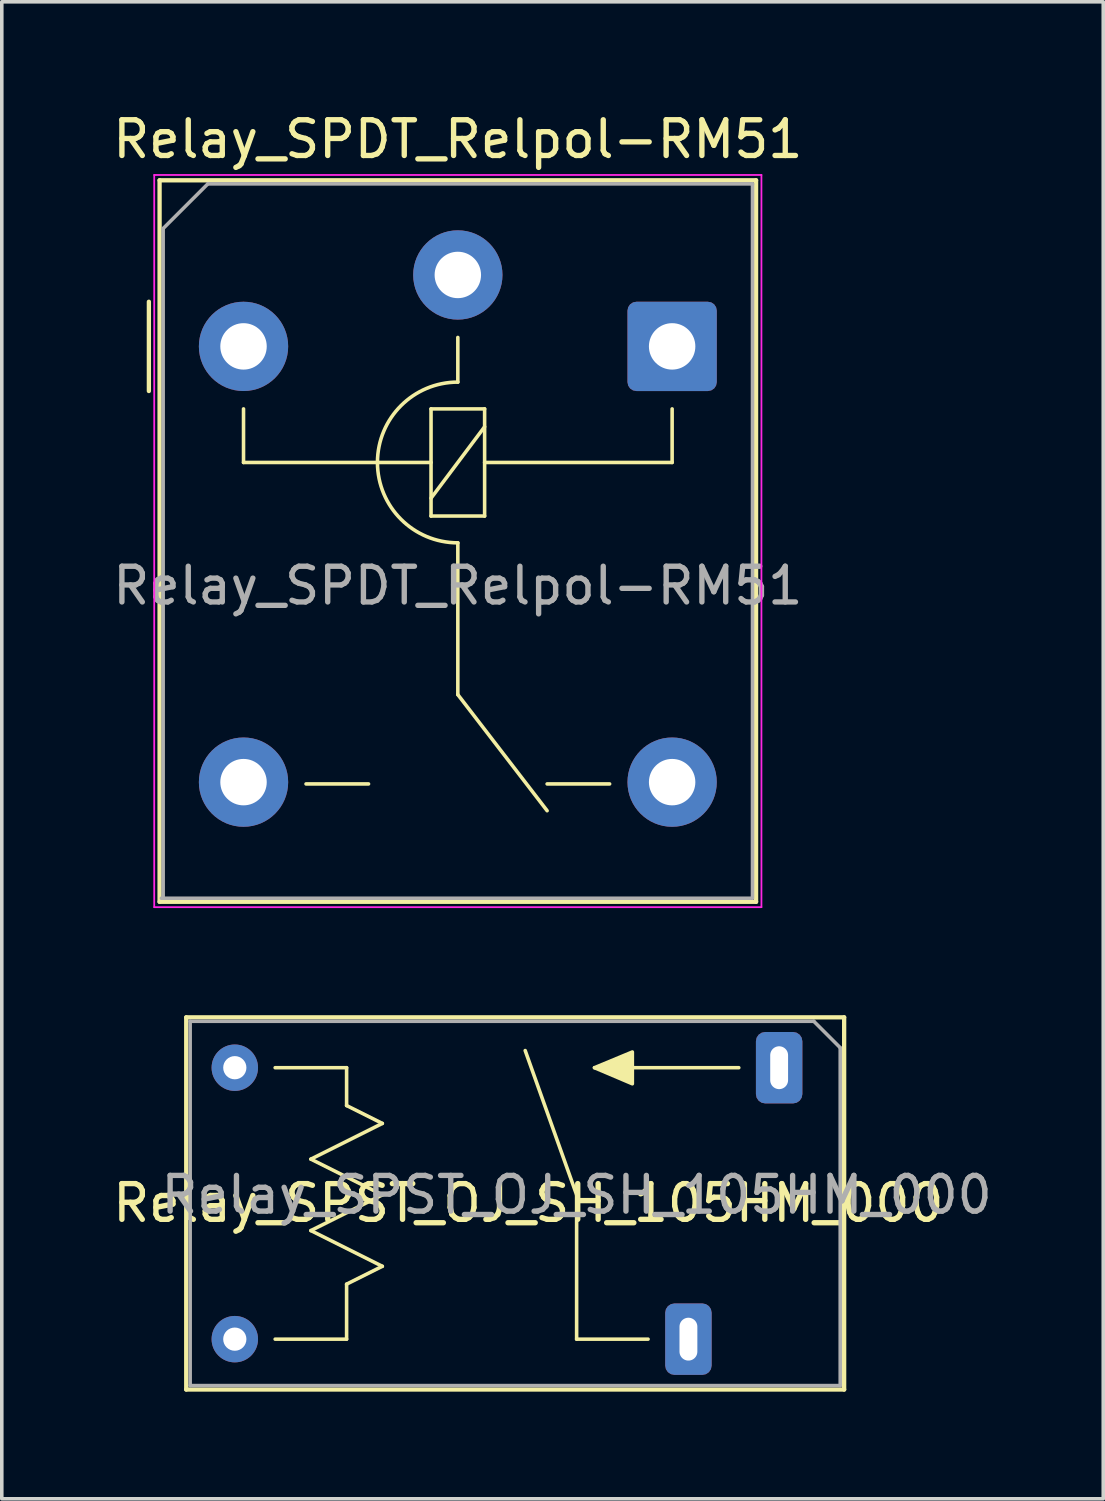
<source format=kicad_pcb>
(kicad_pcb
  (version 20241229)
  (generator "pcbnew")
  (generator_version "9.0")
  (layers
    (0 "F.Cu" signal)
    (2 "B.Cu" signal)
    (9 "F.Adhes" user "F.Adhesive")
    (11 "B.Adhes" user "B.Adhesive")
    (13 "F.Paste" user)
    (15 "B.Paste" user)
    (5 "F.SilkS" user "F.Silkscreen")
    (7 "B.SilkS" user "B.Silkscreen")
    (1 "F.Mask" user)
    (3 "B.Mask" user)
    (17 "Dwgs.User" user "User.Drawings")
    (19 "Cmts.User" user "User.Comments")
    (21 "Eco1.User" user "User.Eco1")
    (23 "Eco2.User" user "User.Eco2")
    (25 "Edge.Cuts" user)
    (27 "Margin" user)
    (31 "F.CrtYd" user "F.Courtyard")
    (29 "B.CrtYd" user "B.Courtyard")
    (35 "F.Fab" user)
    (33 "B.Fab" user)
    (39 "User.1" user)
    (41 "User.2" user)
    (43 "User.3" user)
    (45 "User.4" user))
  (footprint "Relay_SPST_OJ_SH_105HM_000"
    (layer "F.Cu")
    (at 11.654 30.403)
    (property "Reference" "Relay_SPST_OJ_SH_105HM_000" (at 0.09 0.23 0) (layer "F.SilkS") (effects (font (size 1 1) (thickness 0.15))))
    (attr through_hole exclude_from_pos_files)
    (fp_line (start -9.49 5.45) (end -9.49 -4.97) (stroke (width 0.12) (type solid)) (layer "F.SilkS"))
    (fp_line (start -7 -3.56) (end -5 -3.56) (stroke (width 0.1) (type default)) (layer "F.SilkS"))
    (fp_line (start -7 4.04) (end -5 4.04) (stroke (width 0.1) (type default)) (layer "F.SilkS"))
    (fp_line (start -6 -1) (end -4 -2) (stroke (width 0.1) (type default)) (layer "F.SilkS"))
    (fp_line (start -6 1) (end -4 0) (stroke (width 0.1) (type default)) (layer "F.SilkS"))
    (fp_line (start -5 -2.5) (end -5 -3.56) (stroke (width 0.1) (type default)) (layer "F.SilkS"))
    (fp_line (start -5 2.5) (end -5 4.04) (stroke (width 0.1) (type default)) (layer "F.SilkS"))
    (fp_line (start -5 2.5) (end -4 2) (stroke (width 0.1) (type default)) (layer "F.SilkS"))
    (fp_line (start -4 -2) (end -5 -2.5) (stroke (width 0.1) (type default)) (layer "F.SilkS"))
    (fp_line (start -4 0) (end -6 -1) (stroke (width 0.1) (type default)) (layer "F.SilkS"))
    (fp_line (start -4 2) (end -6 1) (stroke (width 0.1) (type default)) (layer "F.SilkS"))
    (fp_line (start 1.44 0) (end 0 -4.04) (stroke (width 0.1) (type default)) (layer "F.SilkS"))
    (fp_line (start 1.44 0) (end 1.44 4.04) (stroke (width 0.1) (type default)) (layer "F.SilkS"))
    (fp_line (start 3.44 4.04) (end 1.44 4.04) (stroke (width 0.1) (type default)) (layer "F.SilkS"))
    (fp_line (start 5.98 -3.56) (end 1.94 -3.56) (stroke (width 0.1) (type default)) (layer "F.SilkS"))
    (fp_line (start 8.93 -4.97) (end -9.49 -4.97) (stroke (width 0.12) (type solid)) (layer "F.SilkS"))
    (fp_line (start 8.93 -4.97) (end 8.93 5.45) (stroke (width 0.12) (type solid)) (layer "F.SilkS"))
    (fp_line (start 8.93 5.45) (end -9.49 5.45) (stroke (width 0.12) (type solid)) (layer "F.SilkS"))
    (fp_poly (pts (xy 1.94 -3.56) (xy 3 -4) (xy 3 -3.11)) (stroke (width 0.1) (type solid)) (fill yes) (layer "F.SilkS"))
    (fp_line (start -9.38 -4.86) (end 8.08 -4.86) (stroke (width 0.1) (type solid)) (layer "F.Fab"))
    (fp_line (start -9.38 5.34) (end -9.38 -4.86) (stroke (width 0.1) (type solid)) (layer "F.Fab"))
    (fp_line (start 8.82 -4.12) (end 8.08 -4.86) (stroke (width 0.1) (type default)) (layer "F.Fab"))
    (fp_line (start 8.82 -4.12) (end 8.82 5.34) (stroke (width 0.1) (type solid)) (layer "F.Fab"))
    (fp_line (start 8.82 5.34) (end -9.38 5.34) (stroke (width 0.1) (type solid)) (layer "F.Fab"))
    (fp_text user "${REFERENCE}" (at 1.44 0 0) (layer "F.Fab") (effects (font (size 1 1) (thickness 0.15))))
    (pad "13" thru_hole roundrect (at 4.57 4.04) (size 1.3 2) (drill oval 0.5 1.2) (layers "*.Cu" "*.Mask") (roundrect_rratio 0.2))
    (pad "14" thru_hole roundrect (at 7.11 -3.56) (size 1.3 2) (drill oval 0.5 1.2) (layers "*.Cu" "*.Mask") (roundrect_rratio 0.2))
    (pad "A1" thru_hole circle (at -8.13 -3.56) (size 1.3 1.3) (drill 0.65) (layers "*.Cu" "*.Mask"))
    (pad "A2" thru_hole circle (at -8.13 4.04) (size 1.3 1.3) (drill 0.65) (layers "*.Cu" "*.Mask")))
  (footprint "Relay_SPDT_Relpol-RM51"
    (layer "F.Cu")
    (at 9.768 4.648)
    (property "Reference" "Relay_SPDT_Relpol-RM51" (at 0 -3.8 0) (layer "F.SilkS") (effects (font (size 1 1) (thickness 0.15))))
    (attr through_hole)
    (fp_line (start -8.65 0.75) (end -8.65 3.25) (stroke (width 0.12) (type default)) (layer "F.SilkS"))
    (fp_line (start -8.35 -2.65) (end -8.35 17.55) (stroke (width 0.12) (type solid)) (layer "F.SilkS"))
    (fp_line (start -8.35 17.55) (end 8.35 17.55) (stroke (width 0.12) (type solid)) (layer "F.SilkS"))
    (fp_line (start -6 3.75) (end -6 5.25) (stroke (width 0.1) (type default)) (layer "F.SilkS"))
    (fp_line (start -6 5.25) (end -0.75 5.25) (stroke (width 0.1) (type default)) (layer "F.SilkS"))
    (fp_line (start -4.25 14.25) (end -2.5 14.25) (stroke (width 0.1) (type default)) (layer "F.SilkS"))
    (fp_line (start -0.75 3.75) (end -0.75 6.75) (stroke (width 0.1) (type default)) (layer "F.SilkS"))
    (fp_line (start -0.75 6.75) (end 0.75 6.75) (stroke (width 0.1) (type default)) (layer "F.SilkS"))
    (fp_line (start 0 1.75) (end 0 3) (stroke (width 0.1) (type default)) (layer "F.SilkS"))
    (fp_line (start 0 7.5) (end 0 11.75) (stroke (width 0.1) (type default)) (layer "F.SilkS"))
    (fp_line (start 0 11.75) (end 2.5 15) (stroke (width 0.1) (type default)) (layer "F.SilkS"))
    (fp_line (start 0.75 3.75) (end -0.75 3.75) (stroke (width 0.1) (type default)) (layer "F.SilkS"))
    (fp_line (start 0.75 4.25) (end -0.75 6.25) (stroke (width 0.1) (type default)) (layer "F.SilkS"))
    (fp_line (start 0.75 6.75) (end 0.75 3.75) (stroke (width 0.1) (type default)) (layer "F.SilkS"))
    (fp_line (start 4.25 14.25) (end 2.5 14.25) (stroke (width 0.1) (type default)) (layer "F.SilkS"))
    (fp_line (start 6 3.75) (end 6 5.25) (stroke (width 0.1) (type default)) (layer "F.SilkS"))
    (fp_line (start 6 5.25) (end 0.75 5.25) (stroke (width 0.1) (type default)) (layer "F.SilkS"))
    (fp_line (start 8.35 -2.65) (end -8.35 -2.65) (stroke (width 0.12) (type solid)) (layer "F.SilkS"))
    (fp_line (start 8.35 17.55) (end 8.35 -2.65) (stroke (width 0.12) (type solid)) (layer "F.SilkS"))
    (fp_arc (start 0 7.5) (mid -2.25 5.25) (end 0 3) (stroke (width 0.1) (type default)) (layer "F.SilkS"))
    (fp_line (start -8.5 -2.8) (end -8.5 17.7) (stroke (width 0.05) (type solid)) (layer "F.CrtYd"))
    (fp_line (start -8.5 17.7) (end 8.5 17.7) (stroke (width 0.05) (type solid)) (layer "F.CrtYd"))
    (fp_line (start 8.5 -2.8) (end -8.5 -2.8) (stroke (width 0.05) (type solid)) (layer "F.CrtYd"))
    (fp_line (start 8.5 17.7) (end 8.5 -2.8) (stroke (width 0.05) (type solid)) (layer "F.CrtYd"))
    (fp_line (start -8.25 -1.3) (end -7 -2.55) (stroke (width 0.1) (type default)) (layer "F.Fab"))
    (fp_line (start -8.25 17.45) (end -8.25 -1.3) (stroke (width 0.1) (type solid)) (layer "F.Fab"))
    (fp_line (start -7 -2.55) (end 8.25 -2.55) (stroke (width 0.1) (type solid)) (layer "F.Fab"))
    (fp_line (start 8.2 17.45) (end -8.3 17.45) (stroke (width 0.1) (type solid)) (layer "F.Fab"))
    (fp_line (start 8.25 -2.55) (end 8.25 17.45) (stroke (width 0.1) (type solid)) (layer "F.Fab"))
    (fp_text user "${REFERENCE}" (at 0 8.7 0) (layer "F.Fab") (effects (font (size 1 1) (thickness 0.15))))
    (pad "11" thru_hole circle (at 0 0) (size 2.5 2.5) (drill 1.3) (layers "*.Cu" "*.Mask"))
    (pad "12" thru_hole oval (at 6 14.2) (size 2.5 2.5) (drill 1.3) (layers "*.Cu" "*.Mask"))
    (pad "14" thru_hole oval (at -6 14.2) (size 2.5 2.5) (drill 1.3) (layers "*.Cu" "*.Mask"))
    (pad "A1" thru_hole oval (at -6 2) (size 2.5 2.5) (drill 1.3) (layers "*.Cu" "*.Mask"))
    (pad "A2" thru_hole roundrect (at 6 2) (size 2.5 2.5) (drill 1.3) (layers "*.Cu" "*.Mask") (roundrect_rratio 0.1)))
  (gr_rect
    (start -3 -3)
    (end 27.838 38.913)
    (stroke (width 0.1) (type default))
    (fill no)
    (layer "Edge.Cuts")))
</source>
